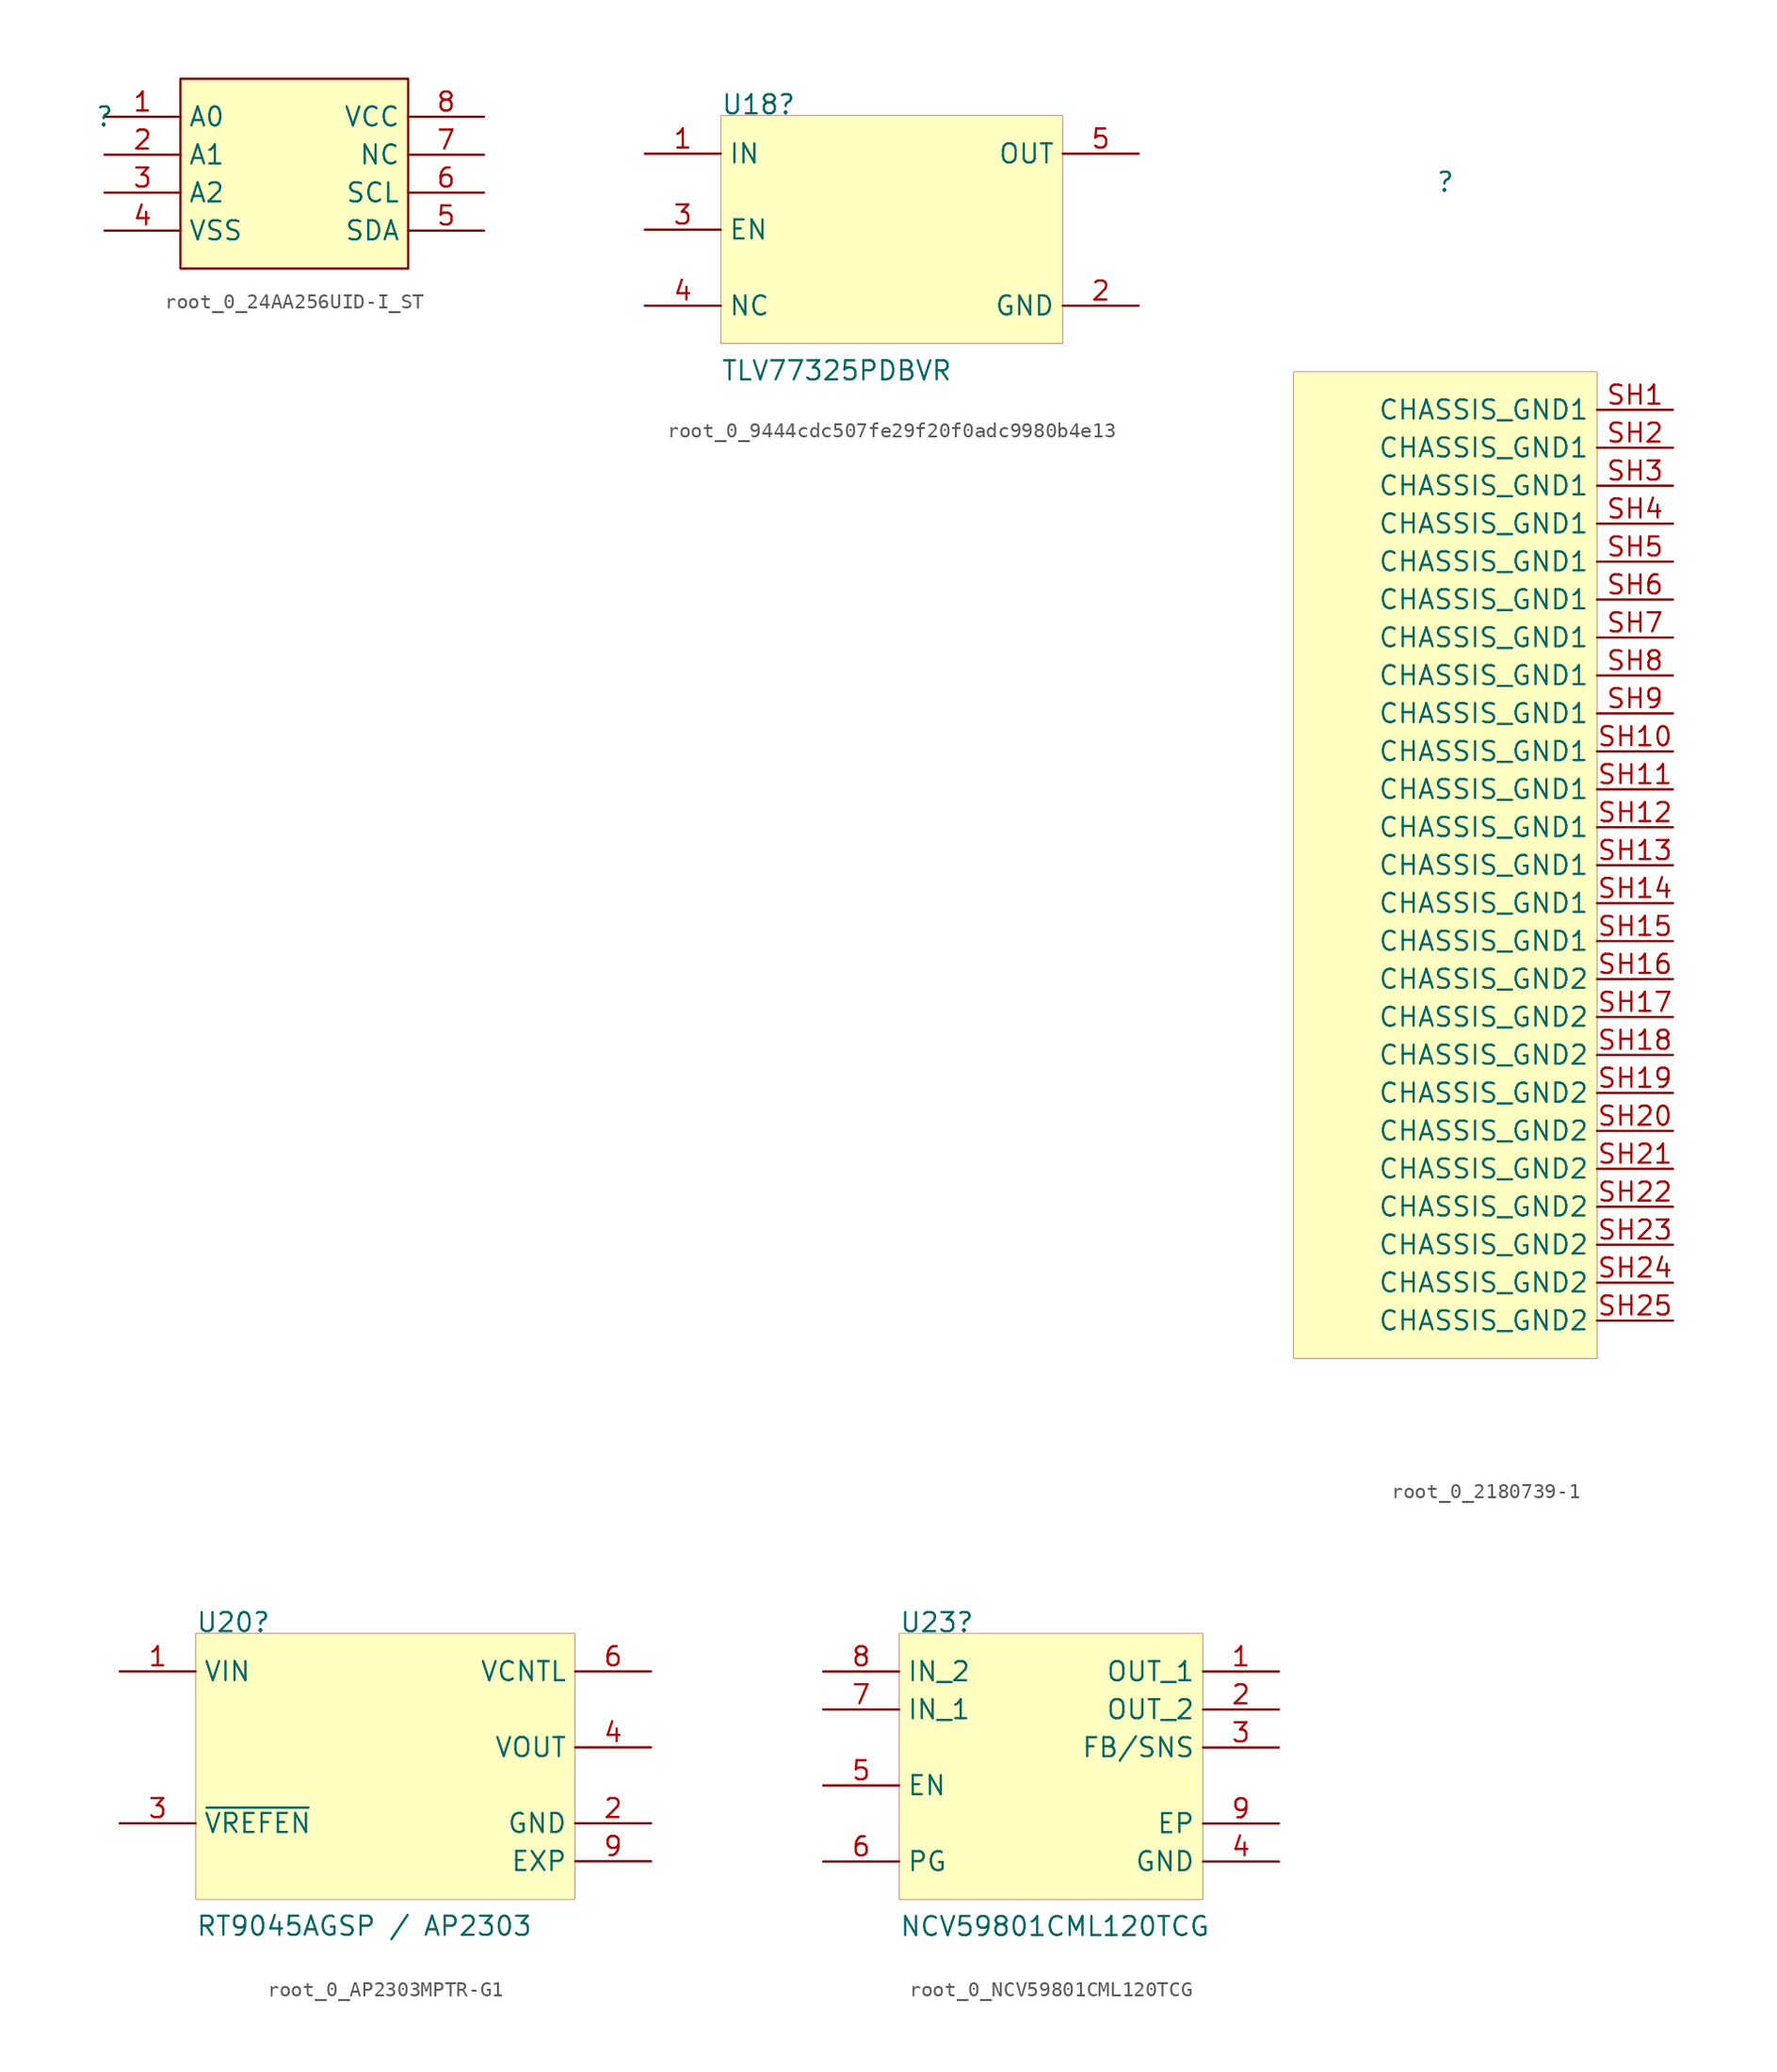
<source format=kicad_sym>
(kicad_symbol_lib
  (version 20241209)
  (generator "kicad_symbol_editor")
  (generator_version "9.0")
  (symbol "root_0_24AA256UID-I_ST"
    (property "Reference" ""
      (at 0 0 0)
      (effects (font (size 1.27 1.27))))
    (property "Value" ""
      (at 0 0 0)
      (effects (font (size 1.27 1.27))))
    (symbol "root_0_24AA256UID-I_ST_1_0"
      (rectangle (start 20.32 2.54) (end 5.08 -10.16) (stroke (width 0) (type solid) (color 128 0 0 1)) (fill (type background)))
      (pin passive line (at 0 0 0) (length 5.08) (name "A0" (effects (font (size 1.27 1.27)))) (number "1" (effects (font (size 1.27 1.27)))))
      (pin passive line (at 0 -2.54 0) (length 5.08) (name "A1" (effects (font (size 1.27 1.27)))) (number "2" (effects (font (size 1.27 1.27)))))
      (pin passive line (at 0 -5.08 0) (length 5.08) (name "A2" (effects (font (size 1.27 1.27)))) (number "3" (effects (font (size 1.27 1.27)))))
      (pin passive line (at 0 -7.62 0) (length 5.08) (name "VSS" (effects (font (size 1.27 1.27)))) (number "4" (effects (font (size 1.27 1.27)))))
      (pin passive line (at 25.4 0 180) (length 5.08) (name "VCC" (effects (font (size 1.27 1.27)))) (number "8" (effects (font (size 1.27 1.27)))))
      (pin passive line (at 25.4 -2.54 180) (length 5.08) (name "NC" (effects (font (size 1.27 1.27)))) (number "7" (effects (font (size 1.27 1.27)))))
      (pin passive line (at 25.4 -5.08 180) (length 5.08) (name "SCL" (effects (font (size 1.27 1.27)))) (number "6" (effects (font (size 1.27 1.27)))))
      (pin passive line (at 25.4 -7.62 180) (length 5.08) (name "SDA" (effects (font (size 1.27 1.27)))) (number "5" (effects (font (size 1.27 1.27)))))))
  (symbol "root_0_9444cdc507fe29f20f0adc9980b4e13"
    (property "Reference" "U18"
      (at 5.08 2.54 0)
      (effects (font (size 1.27 1.27)) (justify left bottom)))
    (property "Value" "TLV77325PDBVR"
      (at 5.08 -15.24 0)
      (effects (font (size 1.27 1.27)) (justify left bottom)))
    (symbol "root_0_9444cdc507fe29f20f0adc9980b4e13_1_0"
      (rectangle (start 27.94 2.54) (end 5.08 -12.7) (stroke (width 0.025) (type solid) (color 128 0 0 1)) (fill (type background)))
      (pin power_in line (at 0 0 0) (length 5.08) (name "IN" (effects (font (size 1.27 1.27)))) (number "1" (effects (font (size 1.27 1.27)))))
      (pin input line (at 0 -5.08 0) (length 5.08) (name "EN" (effects (font (size 1.27 1.27)))) (number "3" (effects (font (size 1.27 1.27)))))
      (pin passive line (at 0 -10.16 0) (length 5.08) (name "NC" (effects (font (size 1.27 1.27)))) (number "4" (effects (font (size 1.27 1.27)))))
      (pin power_out line (at 33.02 0 180) (length 5.08) (name "OUT" (effects (font (size 1.27 1.27)))) (number "5" (effects (font (size 1.27 1.27)))))
      (pin power_in line (at 33.02 -10.16 180) (length 5.08) (name "GND" (effects (font (size 1.27 1.27)))) (number "2" (effects (font (size 1.27 1.27)))))))
  (symbol "root_0_2180739-1"
    (property "Reference" ""
      (at 0 0 0)
      (effects (font (size 1.27 1.27))))
    (property "Value" ""
      (at 0 0 0)
      (effects (font (size 1.27 1.27))))
    (symbol "root_0_2180739-1_1_0"
      (rectangle (start 10.16 -12.7) (end -10.16 -78.74) (stroke (width 0.025) (type solid) (color 128 0 0 1)) (fill (type background)))
      (pin power_in line (at 15.24 -15.24 180) (length 5.08) (name "CHASSIS_GND1" (effects (font (size 1.27 1.27)))) (number "SH1" (effects (font (size 1.27 1.27)))))
      (pin power_in line (at 15.24 -17.78 180) (length 5.08) (name "CHASSIS_GND1" (effects (font (size 1.27 1.27)))) (number "SH2" (effects (font (size 1.27 1.27)))))
      (pin power_in line (at 15.24 -20.32 180) (length 5.08) (name "CHASSIS_GND1" (effects (font (size 1.27 1.27)))) (number "SH3" (effects (font (size 1.27 1.27)))))
      (pin power_in line (at 15.24 -22.86 180) (length 5.08) (name "CHASSIS_GND1" (effects (font (size 1.27 1.27)))) (number "SH4" (effects (font (size 1.27 1.27)))))
      (pin power_in line (at 15.24 -25.4 180) (length 5.08) (name "CHASSIS_GND1" (effects (font (size 1.27 1.27)))) (number "SH5" (effects (font (size 1.27 1.27)))))
      (pin power_in line (at 15.24 -27.94 180) (length 5.08) (name "CHASSIS_GND1" (effects (font (size 1.27 1.27)))) (number "SH6" (effects (font (size 1.27 1.27)))))
      (pin power_in line (at 15.24 -30.48 180) (length 5.08) (name "CHASSIS_GND1" (effects (font (size 1.27 1.27)))) (number "SH7" (effects (font (size 1.27 1.27)))))
      (pin power_in line (at 15.24 -33.02 180) (length 5.08) (name "CHASSIS_GND1" (effects (font (size 1.27 1.27)))) (number "SH8" (effects (font (size 1.27 1.27)))))
      (pin power_in line (at 15.24 -35.56 180) (length 5.08) (name "CHASSIS_GND1" (effects (font (size 1.27 1.27)))) (number "SH9" (effects (font (size 1.27 1.27)))))
      (pin power_in line (at 15.24 -38.1 180) (length 5.08) (name "CHASSIS_GND1" (effects (font (size 1.27 1.27)))) (number "SH10" (effects (font (size 1.27 1.27)))))
      (pin power_in line (at 15.24 -40.64 180) (length 5.08) (name "CHASSIS_GND1" (effects (font (size 1.27 1.27)))) (number "SH11" (effects (font (size 1.27 1.27)))))
      (pin power_in line (at 15.24 -43.18 180) (length 5.08) (name "CHASSIS_GND1" (effects (font (size 1.27 1.27)))) (number "SH12" (effects (font (size 1.27 1.27)))))
      (pin power_in line (at 15.24 -45.72 180) (length 5.08) (name "CHASSIS_GND1" (effects (font (size 1.27 1.27)))) (number "SH13" (effects (font (size 1.27 1.27)))))
      (pin power_in line (at 15.24 -48.26 180) (length 5.08) (name "CHASSIS_GND1" (effects (font (size 1.27 1.27)))) (number "SH14" (effects (font (size 1.27 1.27)))))
      (pin power_in line (at 15.24 -50.8 180) (length 5.08) (name "CHASSIS_GND1" (effects (font (size 1.27 1.27)))) (number "SH15" (effects (font (size 1.27 1.27)))))
      (pin power_in line (at 15.24 -53.34 180) (length 5.08) (name "CHASSIS_GND2" (effects (font (size 1.27 1.27)))) (number "SH16" (effects (font (size 1.27 1.27)))))
      (pin power_in line (at 15.24 -55.88 180) (length 5.08) (name "CHASSIS_GND2" (effects (font (size 1.27 1.27)))) (number "SH17" (effects (font (size 1.27 1.27)))))
      (pin power_in line (at 15.24 -58.42 180) (length 5.08) (name "CHASSIS_GND2" (effects (font (size 1.27 1.27)))) (number "SH18" (effects (font (size 1.27 1.27)))))
      (pin power_in line (at 15.24 -60.96 180) (length 5.08) (name "CHASSIS_GND2" (effects (font (size 1.27 1.27)))) (number "SH19" (effects (font (size 1.27 1.27)))))
      (pin power_in line (at 15.24 -63.5 180) (length 5.08) (name "CHASSIS_GND2" (effects (font (size 1.27 1.27)))) (number "SH20" (effects (font (size 1.27 1.27)))))
      (pin power_in line (at 15.24 -66.04 180) (length 5.08) (name "CHASSIS_GND2" (effects (font (size 1.27 1.27)))) (number "SH21" (effects (font (size 1.27 1.27)))))
      (pin power_in line (at 15.24 -68.58 180) (length 5.08) (name "CHASSIS_GND2" (effects (font (size 1.27 1.27)))) (number "SH22" (effects (font (size 1.27 1.27)))))
      (pin power_in line (at 15.24 -71.12 180) (length 5.08) (name "CHASSIS_GND2" (effects (font (size 1.27 1.27)))) (number "SH23" (effects (font (size 1.27 1.27)))))
      (pin power_in line (at 15.24 -73.66 180) (length 5.08) (name "CHASSIS_GND2" (effects (font (size 1.27 1.27)))) (number "SH24" (effects (font (size 1.27 1.27)))))
      (pin power_in line (at 15.24 -76.2 180) (length 5.08) (name "CHASSIS_GND2" (effects (font (size 1.27 1.27)))) (number "SH25" (effects (font (size 1.27 1.27)))))))
  (symbol "root_0_AP2303MPTR-G1"
    (property "Reference" "U20"
      (at -12.7 10.16 0)
      (effects (font (size 1.27 1.27)) (justify left bottom)))
    (property "Value" "RT9045AGSP / AP2303"
      (at -12.7 -10.16 0)
      (effects (font (size 1.27 1.27)) (justify left bottom)))
    (symbol "root_0_AP2303MPTR-G1_1_0"
      (rectangle (start 12.7 10.16) (end -12.7 -7.62) (stroke (width 0.025) (type solid) (color 128 0 0 1)) (fill (type background)))
      (pin input line (at -17.78 7.62 0) (length 5.08) (name "VIN" (effects (font (size 1.27 1.27)))) (number "1" (effects (font (size 1.27 1.27)))))
      (pin input line (at -17.78 -2.54 0) (length 5.08) (name "~{VREFEN~{}}" (effects (font (size 1.27 1.27)))) (number "3" (effects (font (size 1.27 1.27)))))
      (pin power_in line (at 17.78 7.62 180) (length 5.08) (name "VCNTL" (effects (font (size 1.27 1.27)))) (number "6" (effects (font (size 1.27 1.27)))))
      (pin output line (at 17.78 2.54 180) (length 5.08) (name "VOUT" (effects (font (size 1.27 1.27)))) (number "4" (effects (font (size 1.27 1.27)))))
      (pin power_in line (at 17.78 -2.54 180) (length 5.08) (name "GND" (effects (font (size 1.27 1.27)))) (number "2" (effects (font (size 1.27 1.27)))))
      (pin power_in line (at 17.78 -5.08 180) (length 5.08) (name "EXP" (effects (font (size 1.27 1.27)))) (number "9" (effects (font (size 1.27 1.27)))))))
  (symbol "root_0_NCV59801CML120TCG"
    (property "Reference" "U23"
      (at 5.08 2.54 0)
      (effects (font (size 1.27 1.27)) (justify left bottom)))
    (property "Value" "NCV59801CML120TCG"
      (at 5.08 -17.78 0)
      (effects (font (size 1.27 1.27)) (justify left bottom)))
    (symbol "root_0_NCV59801CML120TCG_1_0"
      (rectangle (start 25.4 2.54) (end 5.08 -15.24) (stroke (width 0.025) (type solid) (color 128 0 0 1)) (fill (type background)))
      (pin passive line (at 0 0 0) (length 5.08) (name "IN_2" (effects (font (size 1.27 1.27)))) (number "8" (effects (font (size 1.27 1.27)))))
      (pin passive line (at 0 -2.54 0) (length 5.08) (name "IN_1" (effects (font (size 1.27 1.27)))) (number "7" (effects (font (size 1.27 1.27)))))
      (pin passive line (at 0 -7.62 0) (length 5.08) (name "EN" (effects (font (size 1.27 1.27)))) (number "5" (effects (font (size 1.27 1.27)))))
      (pin passive line (at 0 -12.7 0) (length 5.08) (name "PG" (effects (font (size 1.27 1.27)))) (number "6" (effects (font (size 1.27 1.27)))))
      (pin passive line (at 30.48 0 180) (length 5.08) (name "OUT_1" (effects (font (size 1.27 1.27)))) (number "1" (effects (font (size 1.27 1.27)))))
      (pin passive line (at 30.48 -2.54 180) (length 5.08) (name "OUT_2" (effects (font (size 1.27 1.27)))) (number "2" (effects (font (size 1.27 1.27)))))
      (pin passive line (at 30.48 -5.08 180) (length 5.08) (name "FB/SNS" (effects (font (size 1.27 1.27)))) (number "3" (effects (font (size 1.27 1.27)))))
      (pin passive line (at 30.48 -10.16 180) (length 5.08) (name "EP" (effects (font (size 1.27 1.27)))) (number "9" (effects (font (size 1.27 1.27)))))
      (pin passive line (at 30.48 -12.7 180) (length 5.08) (name "GND" (effects (font (size 1.27 1.27)))) (number "4" (effects (font (size 1.27 1.27))))))))
</source>
